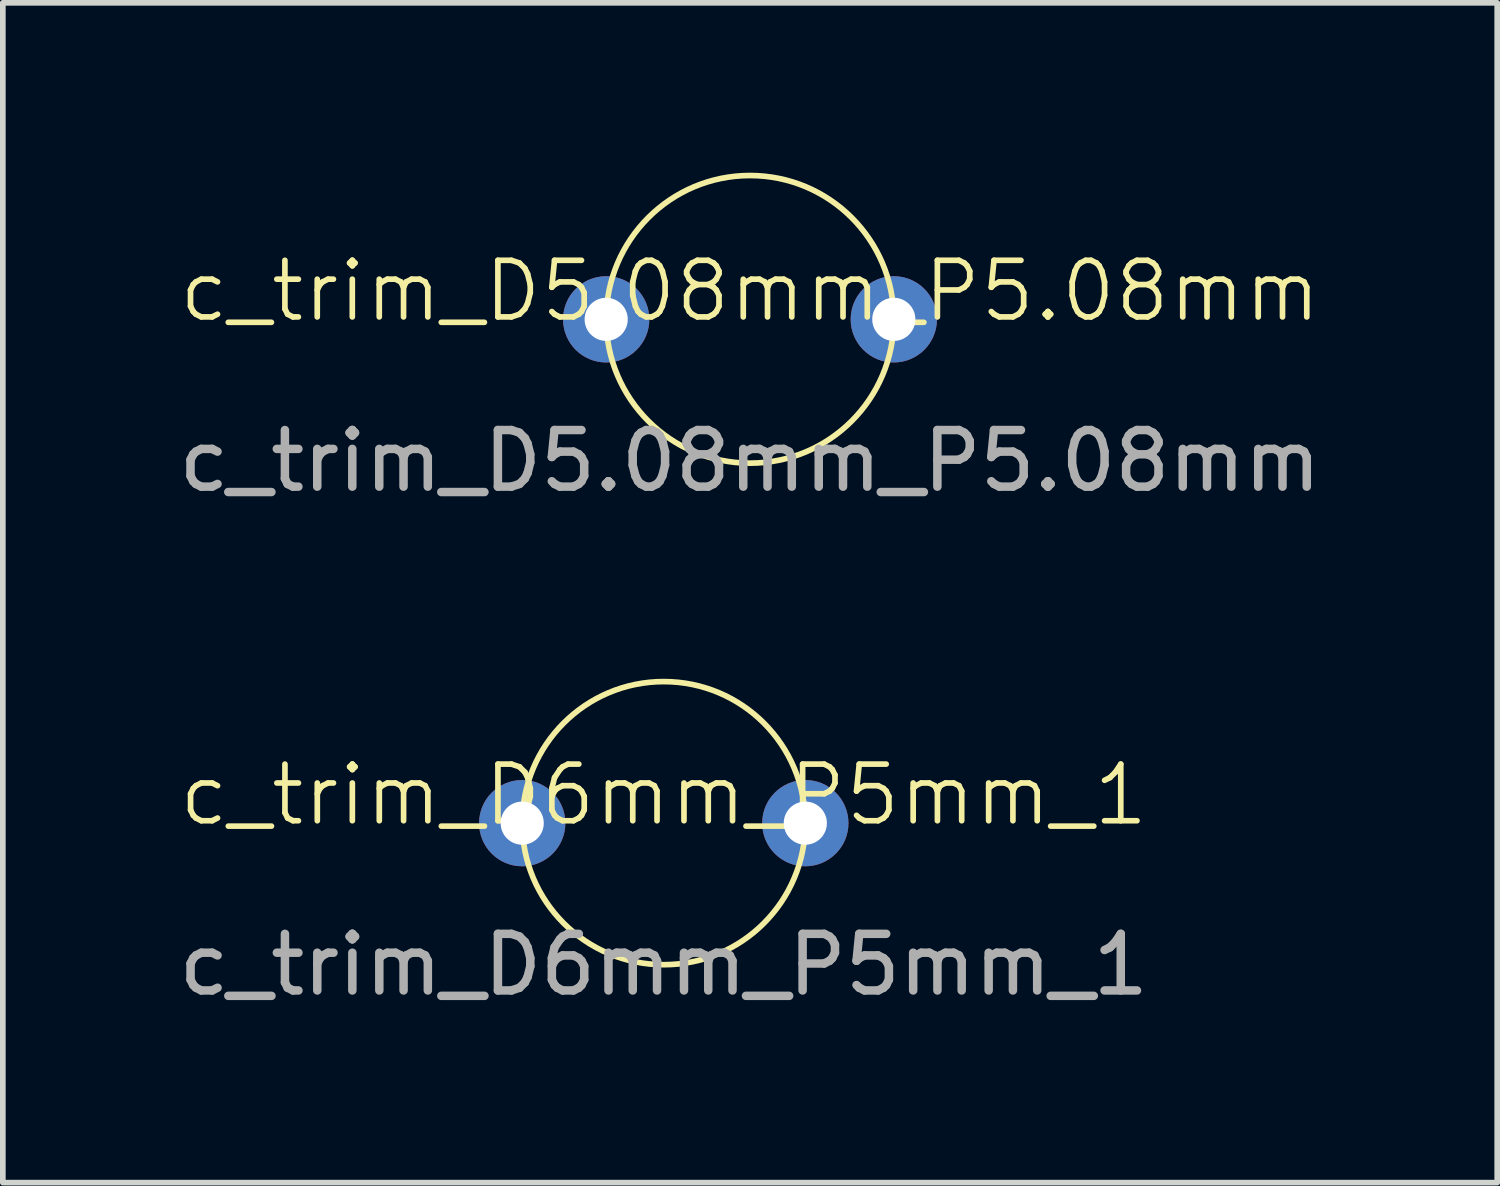
<source format=kicad_pcb>
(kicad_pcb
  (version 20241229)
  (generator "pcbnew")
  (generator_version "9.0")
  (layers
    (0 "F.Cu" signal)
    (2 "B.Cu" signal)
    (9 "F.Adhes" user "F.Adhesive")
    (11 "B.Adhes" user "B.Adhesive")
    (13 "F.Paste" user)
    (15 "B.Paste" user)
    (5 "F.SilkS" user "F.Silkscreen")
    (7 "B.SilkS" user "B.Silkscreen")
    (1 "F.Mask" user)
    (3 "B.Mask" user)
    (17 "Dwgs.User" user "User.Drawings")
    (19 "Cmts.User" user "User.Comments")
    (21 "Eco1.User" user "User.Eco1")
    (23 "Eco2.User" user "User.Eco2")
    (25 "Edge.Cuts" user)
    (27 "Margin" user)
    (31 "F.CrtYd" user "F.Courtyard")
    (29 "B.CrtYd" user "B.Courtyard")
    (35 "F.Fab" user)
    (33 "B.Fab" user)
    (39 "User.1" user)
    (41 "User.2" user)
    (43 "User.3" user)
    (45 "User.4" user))
  (footprint "c_trim_D6mm_P5mm_1"
    (layer "F.Cu")
    (at 8.673 11.488)
    (property "Reference" "c_trim_D6mm_P5mm_1" (at 0 -0.5 0) (unlocked yes) (layer "F.SilkS") (effects (font (size 1 1) (thickness 0.1))))
    (attr through_hole)
    (fp_circle (center 0 0) (end 2.5 0) (stroke (width 0.1) (type solid)) (fill no) (layer "F.SilkS"))
    (fp_text user "${REFERENCE}" (at 0 2.5 0) (unlocked yes) (layer "F.Fab") (effects (font (size 1 1) (thickness 0.15))))
    (pad "1" thru_hole circle (at -2.5 0) (size 1.524 1.524) (drill 0.762) (layers "*.Cu" "*.Mask"))
    (pad "2" thru_hole circle (at 2.5 0) (size 1.524 1.524) (drill 0.762) (layers "*.Cu" "*.Mask")))
  (footprint "c_trim_D5.08mm_P5.08mm"
    (layer "F.Cu")
    (at 10.196 2.59)
    (property "Reference" "c_trim_D5.08mm_P5.08mm" (at 0 -0.5 0) (unlocked yes) (layer "F.SilkS") (effects (font (size 1 1) (thickness 0.1))))
    (attr through_hole)
    (fp_circle (center 0 0) (end 2.54 0) (stroke (width 0.1) (type default)) (fill no) (layer "F.SilkS"))
    (fp_text user "${REFERENCE}" (at 0 2.5 0) (unlocked yes) (layer "F.Fab") (effects (font (size 1 1) (thickness 0.15))))
    (pad "1" thru_hole circle (at -2.54 0) (size 1.524 1.524) (drill 0.762) (layers "*.Cu" "*.Mask"))
    (pad "2" thru_hole circle (at 2.54 0) (size 1.524 1.524) (drill 0.762) (layers "*.Cu" "*.Mask")))
  (gr_rect
    (start -3 -3)
    (end 23.393 17.837)
    (stroke (width 0.1) (type default))
    (fill no)
    (layer "Edge.Cuts")))
</source>
